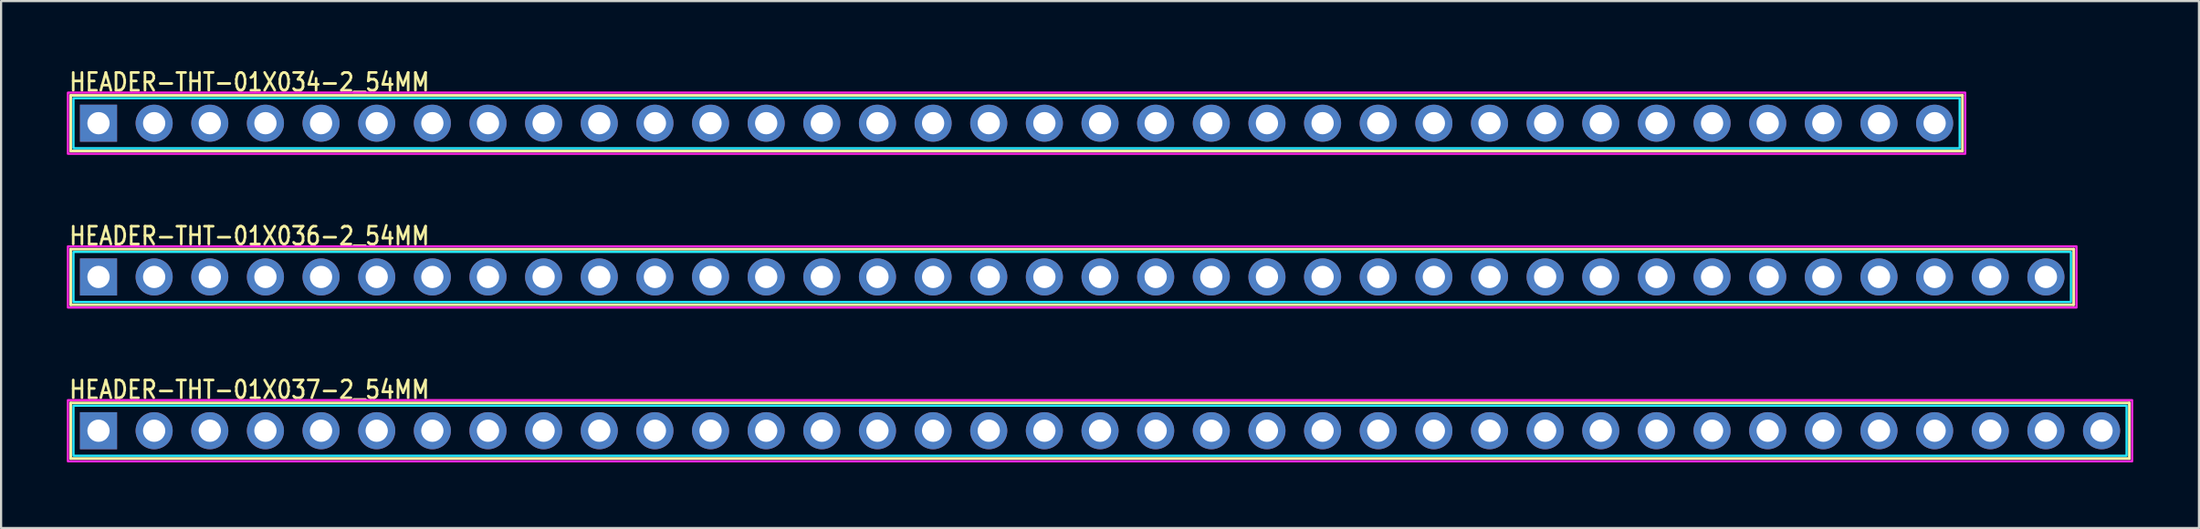
<source format=kicad_pcb>
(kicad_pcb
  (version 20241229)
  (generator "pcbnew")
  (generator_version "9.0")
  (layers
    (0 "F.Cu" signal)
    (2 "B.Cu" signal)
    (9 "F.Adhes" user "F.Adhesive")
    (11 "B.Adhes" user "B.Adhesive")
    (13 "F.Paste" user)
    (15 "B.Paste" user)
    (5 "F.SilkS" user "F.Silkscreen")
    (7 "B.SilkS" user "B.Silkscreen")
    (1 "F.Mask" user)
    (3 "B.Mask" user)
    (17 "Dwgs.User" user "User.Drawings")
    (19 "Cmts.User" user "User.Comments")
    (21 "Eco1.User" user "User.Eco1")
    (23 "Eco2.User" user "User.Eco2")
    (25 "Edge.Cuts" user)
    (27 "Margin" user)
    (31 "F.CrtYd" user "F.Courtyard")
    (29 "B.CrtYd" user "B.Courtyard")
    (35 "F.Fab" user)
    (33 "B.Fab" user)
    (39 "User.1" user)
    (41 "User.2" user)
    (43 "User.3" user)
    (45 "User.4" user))
  (footprint "HEADER-THT-01X036-2_54MM"
    (layer "F.Cu")
    (at 1.447 9.604)
    (property "Reference" "HEADER-THT-01X036-2_54MM" (at -1.4 -1.4 0) (unlocked yes) (layer "F.SilkS") (effects (font (size 0.813 0.695) (thickness 0.122)) (justify left bottom)))
    (fp_line (start -1.27 -1.27) (end -1.27 1.27) (stroke (width 0.127) (type solid)) (layer "F.SilkS"))
    (fp_line (start -1.27 1.27) (end 90.17 1.27) (stroke (width 0.127) (type solid)) (layer "F.SilkS"))
    (fp_line (start 90.17 -1.27) (end -1.27 -1.27) (stroke (width 0.127) (type solid)) (layer "F.SilkS"))
    (fp_line (start 90.17 1.27) (end 90.17 -1.27) (stroke (width 0.127) (type solid)) (layer "F.SilkS"))
    (fp_poly (pts (xy -1.143 -1.143) (xy 90.043 -1.143) (xy 90.043 1.143) (xy -1.143 1.143)) (stroke (width 0.1) (type solid)) (fill no) (layer "B.CrtYd"))
    (fp_poly (pts (xy -1.397 -1.397) (xy 90.297 -1.397) (xy 90.297 1.397) (xy -1.397 1.397)) (stroke (width 0.1) (type solid)) (fill no) (layer "F.CrtYd"))
    (pad "P$1" thru_hole rect (at 0 0) (size 1.693 1.693) (drill 1.016) (layers "*.Cu" "*.Mask"))
    (pad "P$2" thru_hole oval (at 2.54 0) (size 1.693 1.693) (drill 1.016) (layers "*.Cu" "*.Mask"))
    (pad "P$3" thru_hole oval (at 5.08 0) (size 1.693 1.693) (drill 1.016) (layers "*.Cu" "*.Mask"))
    (pad "P$4" thru_hole oval (at 7.62 0) (size 1.693 1.693) (drill 1.016) (layers "*.Cu" "*.Mask"))
    (pad "P$5" thru_hole oval (at 10.16 0) (size 1.693 1.693) (drill 1.016) (layers "*.Cu" "*.Mask"))
    (pad "P$6" thru_hole oval (at 12.7 0) (size 1.693 1.693) (drill 1.016) (layers "*.Cu" "*.Mask"))
    (pad "P$7" thru_hole oval (at 15.24 0) (size 1.693 1.693) (drill 1.016) (layers "*.Cu" "*.Mask"))
    (pad "P$8" thru_hole oval (at 17.78 0) (size 1.693 1.693) (drill 1.016) (layers "*.Cu" "*.Mask"))
    (pad "P$9" thru_hole oval (at 20.32 0) (size 1.693 1.693) (drill 1.016) (layers "*.Cu" "*.Mask"))
    (pad "P$10" thru_hole oval (at 22.86 0) (size 1.693 1.693) (drill 1.016) (layers "*.Cu" "*.Mask"))
    (pad "P$11" thru_hole oval (at 25.4 0) (size 1.693 1.693) (drill 1.016) (layers "*.Cu" "*.Mask"))
    (pad "P$12" thru_hole oval (at 27.94 0) (size 1.693 1.693) (drill 1.016) (layers "*.Cu" "*.Mask"))
    (pad "P$13" thru_hole oval (at 30.48 0) (size 1.693 1.693) (drill 1.016) (layers "*.Cu" "*.Mask"))
    (pad "P$14" thru_hole oval (at 33.02 0) (size 1.693 1.693) (drill 1.016) (layers "*.Cu" "*.Mask"))
    (pad "P$15" thru_hole oval (at 35.56 0) (size 1.693 1.693) (drill 1.016) (layers "*.Cu" "*.Mask"))
    (pad "P$16" thru_hole oval (at 38.1 0) (size 1.693 1.693) (drill 1.016) (layers "*.Cu" "*.Mask"))
    (pad "P$17" thru_hole oval (at 40.64 0) (size 1.693 1.693) (drill 1.016) (layers "*.Cu" "*.Mask"))
    (pad "P$18" thru_hole oval (at 43.18 0) (size 1.693 1.693) (drill 1.016) (layers "*.Cu" "*.Mask"))
    (pad "P$19" thru_hole oval (at 45.72 0) (size 1.693 1.693) (drill 1.016) (layers "*.Cu" "*.Mask"))
    (pad "P$20" thru_hole oval (at 48.26 0) (size 1.693 1.693) (drill 1.016) (layers "*.Cu" "*.Mask"))
    (pad "P$21" thru_hole oval (at 50.8 0) (size 1.693 1.693) (drill 1.016) (layers "*.Cu" "*.Mask"))
    (pad "P$22" thru_hole oval (at 53.34 0) (size 1.693 1.693) (drill 1.016) (layers "*.Cu" "*.Mask"))
    (pad "P$23" thru_hole oval (at 55.88 0) (size 1.693 1.693) (drill 1.016) (layers "*.Cu" "*.Mask"))
    (pad "P$24" thru_hole oval (at 58.42 0) (size 1.693 1.693) (drill 1.016) (layers "*.Cu" "*.Mask"))
    (pad "P$25" thru_hole oval (at 60.96 0) (size 1.693 1.693) (drill 1.016) (layers "*.Cu" "*.Mask"))
    (pad "P$26" thru_hole oval (at 63.5 0) (size 1.693 1.693) (drill 1.016) (layers "*.Cu" "*.Mask"))
    (pad "P$27" thru_hole oval (at 66.04 0) (size 1.693 1.693) (drill 1.016) (layers "*.Cu" "*.Mask"))
    (pad "P$28" thru_hole oval (at 68.58 0) (size 1.693 1.693) (drill 1.016) (layers "*.Cu" "*.Mask"))
    (pad "P$29" thru_hole oval (at 71.12 0) (size 1.693 1.693) (drill 1.016) (layers "*.Cu" "*.Mask"))
    (pad "P$30" thru_hole oval (at 73.66 0) (size 1.693 1.693) (drill 1.016) (layers "*.Cu" "*.Mask"))
    (pad "P$31" thru_hole oval (at 76.2 0) (size 1.693 1.693) (drill 1.016) (layers "*.Cu" "*.Mask"))
    (pad "P$32" thru_hole oval (at 78.74 0) (size 1.693 1.693) (drill 1.016) (layers "*.Cu" "*.Mask"))
    (pad "P$33" thru_hole oval (at 81.28 0) (size 1.693 1.693) (drill 1.016) (layers "*.Cu" "*.Mask"))
    (pad "P$34" thru_hole oval (at 83.82 0) (size 1.693 1.693) (drill 1.016) (layers "*.Cu" "*.Mask"))
    (pad "P$35" thru_hole oval (at 86.36 0) (size 1.693 1.693) (drill 1.016) (layers "*.Cu" "*.Mask"))
    (pad "P$36" thru_hole oval (at 88.9 0) (size 1.693 1.693) (drill 1.016) (layers "*.Cu" "*.Mask")))
  (footprint "HEADER-THT-01X037-2_54MM"
    (layer "F.Cu")
    (at 1.447 16.63)
    (property "Reference" "HEADER-THT-01X037-2_54MM" (at -1.4 -1.4 0) (unlocked yes) (layer "F.SilkS") (effects (font (size 0.813 0.695) (thickness 0.122)) (justify left bottom)))
    (fp_line (start -1.27 -1.27) (end -1.27 1.27) (stroke (width 0.127) (type solid)) (layer "F.SilkS"))
    (fp_line (start -1.27 1.27) (end 92.71 1.27) (stroke (width 0.127) (type solid)) (layer "F.SilkS"))
    (fp_line (start 92.71 -1.27) (end -1.27 -1.27) (stroke (width 0.127) (type solid)) (layer "F.SilkS"))
    (fp_line (start 92.71 1.27) (end 92.71 -1.27) (stroke (width 0.127) (type solid)) (layer "F.SilkS"))
    (fp_poly (pts (xy -1.143 -1.143) (xy 92.583 -1.143) (xy 92.583 1.143) (xy -1.143 1.143)) (stroke (width 0.1) (type solid)) (fill no) (layer "B.CrtYd"))
    (fp_poly (pts (xy -1.397 -1.397) (xy 92.837 -1.397) (xy 92.837 1.397) (xy -1.397 1.397)) (stroke (width 0.1) (type solid)) (fill no) (layer "F.CrtYd"))
    (pad "P$1" thru_hole rect (at 0 0) (size 1.693 1.693) (drill 1.016) (layers "*.Cu" "*.Mask"))
    (pad "P$2" thru_hole oval (at 2.54 0) (size 1.693 1.693) (drill 1.016) (layers "*.Cu" "*.Mask"))
    (pad "P$3" thru_hole oval (at 5.08 0) (size 1.693 1.693) (drill 1.016) (layers "*.Cu" "*.Mask"))
    (pad "P$4" thru_hole oval (at 7.62 0) (size 1.693 1.693) (drill 1.016) (layers "*.Cu" "*.Mask"))
    (pad "P$5" thru_hole oval (at 10.16 0) (size 1.693 1.693) (drill 1.016) (layers "*.Cu" "*.Mask"))
    (pad "P$6" thru_hole oval (at 12.7 0) (size 1.693 1.693) (drill 1.016) (layers "*.Cu" "*.Mask"))
    (pad "P$7" thru_hole oval (at 15.24 0) (size 1.693 1.693) (drill 1.016) (layers "*.Cu" "*.Mask"))
    (pad "P$8" thru_hole oval (at 17.78 0) (size 1.693 1.693) (drill 1.016) (layers "*.Cu" "*.Mask"))
    (pad "P$9" thru_hole oval (at 20.32 0) (size 1.693 1.693) (drill 1.016) (layers "*.Cu" "*.Mask"))
    (pad "P$10" thru_hole oval (at 22.86 0) (size 1.693 1.693) (drill 1.016) (layers "*.Cu" "*.Mask"))
    (pad "P$11" thru_hole oval (at 25.4 0) (size 1.693 1.693) (drill 1.016) (layers "*.Cu" "*.Mask"))
    (pad "P$12" thru_hole oval (at 27.94 0) (size 1.693 1.693) (drill 1.016) (layers "*.Cu" "*.Mask"))
    (pad "P$13" thru_hole oval (at 30.48 0) (size 1.693 1.693) (drill 1.016) (layers "*.Cu" "*.Mask"))
    (pad "P$14" thru_hole oval (at 33.02 0) (size 1.693 1.693) (drill 1.016) (layers "*.Cu" "*.Mask"))
    (pad "P$15" thru_hole oval (at 35.56 0) (size 1.693 1.693) (drill 1.016) (layers "*.Cu" "*.Mask"))
    (pad "P$16" thru_hole oval (at 38.1 0) (size 1.693 1.693) (drill 1.016) (layers "*.Cu" "*.Mask"))
    (pad "P$17" thru_hole oval (at 40.64 0) (size 1.693 1.693) (drill 1.016) (layers "*.Cu" "*.Mask"))
    (pad "P$18" thru_hole oval (at 43.18 0) (size 1.693 1.693) (drill 1.016) (layers "*.Cu" "*.Mask"))
    (pad "P$19" thru_hole oval (at 45.72 0) (size 1.693 1.693) (drill 1.016) (layers "*.Cu" "*.Mask"))
    (pad "P$20" thru_hole oval (at 48.26 0) (size 1.693 1.693) (drill 1.016) (layers "*.Cu" "*.Mask"))
    (pad "P$21" thru_hole oval (at 50.8 0) (size 1.693 1.693) (drill 1.016) (layers "*.Cu" "*.Mask"))
    (pad "P$22" thru_hole oval (at 53.34 0) (size 1.693 1.693) (drill 1.016) (layers "*.Cu" "*.Mask"))
    (pad "P$23" thru_hole oval (at 55.88 0) (size 1.693 1.693) (drill 1.016) (layers "*.Cu" "*.Mask"))
    (pad "P$24" thru_hole oval (at 58.42 0) (size 1.693 1.693) (drill 1.016) (layers "*.Cu" "*.Mask"))
    (pad "P$25" thru_hole oval (at 60.96 0) (size 1.693 1.693) (drill 1.016) (layers "*.Cu" "*.Mask"))
    (pad "P$26" thru_hole oval (at 63.5 0) (size 1.693 1.693) (drill 1.016) (layers "*.Cu" "*.Mask"))
    (pad "P$27" thru_hole oval (at 66.04 0) (size 1.693 1.693) (drill 1.016) (layers "*.Cu" "*.Mask"))
    (pad "P$28" thru_hole oval (at 68.58 0) (size 1.693 1.693) (drill 1.016) (layers "*.Cu" "*.Mask"))
    (pad "P$29" thru_hole oval (at 71.12 0) (size 1.693 1.693) (drill 1.016) (layers "*.Cu" "*.Mask"))
    (pad "P$30" thru_hole oval (at 73.66 0) (size 1.693 1.693) (drill 1.016) (layers "*.Cu" "*.Mask"))
    (pad "P$31" thru_hole oval (at 76.2 0) (size 1.693 1.693) (drill 1.016) (layers "*.Cu" "*.Mask"))
    (pad "P$32" thru_hole oval (at 78.74 0) (size 1.693 1.693) (drill 1.016) (layers "*.Cu" "*.Mask"))
    (pad "P$33" thru_hole oval (at 81.28 0) (size 1.693 1.693) (drill 1.016) (layers "*.Cu" "*.Mask"))
    (pad "P$34" thru_hole oval (at 83.82 0) (size 1.693 1.693) (drill 1.016) (layers "*.Cu" "*.Mask"))
    (pad "P$35" thru_hole oval (at 86.36 0) (size 1.693 1.693) (drill 1.016) (layers "*.Cu" "*.Mask"))
    (pad "P$36" thru_hole oval (at 88.9 0) (size 1.693 1.693) (drill 1.016) (layers "*.Cu" "*.Mask"))
    (pad "P$37" thru_hole oval (at 91.44 0) (size 1.693 1.693) (drill 1.016) (layers "*.Cu" "*.Mask")))
  (footprint "HEADER-THT-01X034-2_54MM"
    (layer "F.Cu")
    (at 1.447 2.579)
    (property "Reference" "HEADER-THT-01X034-2_54MM" (at -1.4 -1.4 0) (unlocked yes) (layer "F.SilkS") (effects (font (size 0.813 0.695) (thickness 0.122)) (justify left bottom)))
    (fp_line (start -1.27 -1.27) (end -1.27 1.27) (stroke (width 0.127) (type solid)) (layer "F.SilkS"))
    (fp_line (start -1.27 1.27) (end 85.09 1.27) (stroke (width 0.127) (type solid)) (layer "F.SilkS"))
    (fp_line (start 85.09 -1.27) (end -1.27 -1.27) (stroke (width 0.127) (type solid)) (layer "F.SilkS"))
    (fp_line (start 85.09 1.27) (end 85.09 -1.27) (stroke (width 0.127) (type solid)) (layer "F.SilkS"))
    (fp_poly (pts (xy -1.143 -1.143) (xy 84.963 -1.143) (xy 84.963 1.143) (xy -1.143 1.143)) (stroke (width 0.1) (type solid)) (fill no) (layer "B.CrtYd"))
    (fp_poly (pts (xy -1.397 -1.397) (xy 85.217 -1.397) (xy 85.217 1.397) (xy -1.397 1.397)) (stroke (width 0.1) (type solid)) (fill no) (layer "F.CrtYd"))
    (pad "P$1" thru_hole rect (at 0 0) (size 1.693 1.693) (drill 1.016) (layers "*.Cu" "*.Mask"))
    (pad "P$2" thru_hole oval (at 2.54 0) (size 1.693 1.693) (drill 1.016) (layers "*.Cu" "*.Mask"))
    (pad "P$3" thru_hole oval (at 5.08 0) (size 1.693 1.693) (drill 1.016) (layers "*.Cu" "*.Mask"))
    (pad "P$4" thru_hole oval (at 7.62 0) (size 1.693 1.693) (drill 1.016) (layers "*.Cu" "*.Mask"))
    (pad "P$5" thru_hole oval (at 10.16 0) (size 1.693 1.693) (drill 1.016) (layers "*.Cu" "*.Mask"))
    (pad "P$6" thru_hole oval (at 12.7 0) (size 1.693 1.693) (drill 1.016) (layers "*.Cu" "*.Mask"))
    (pad "P$7" thru_hole oval (at 15.24 0) (size 1.693 1.693) (drill 1.016) (layers "*.Cu" "*.Mask"))
    (pad "P$8" thru_hole oval (at 17.78 0) (size 1.693 1.693) (drill 1.016) (layers "*.Cu" "*.Mask"))
    (pad "P$9" thru_hole oval (at 20.32 0) (size 1.693 1.693) (drill 1.016) (layers "*.Cu" "*.Mask"))
    (pad "P$10" thru_hole oval (at 22.86 0) (size 1.693 1.693) (drill 1.016) (layers "*.Cu" "*.Mask"))
    (pad "P$11" thru_hole oval (at 25.4 0) (size 1.693 1.693) (drill 1.016) (layers "*.Cu" "*.Mask"))
    (pad "P$12" thru_hole oval (at 27.94 0) (size 1.693 1.693) (drill 1.016) (layers "*.Cu" "*.Mask"))
    (pad "P$13" thru_hole oval (at 30.48 0) (size 1.693 1.693) (drill 1.016) (layers "*.Cu" "*.Mask"))
    (pad "P$14" thru_hole oval (at 33.02 0) (size 1.693 1.693) (drill 1.016) (layers "*.Cu" "*.Mask"))
    (pad "P$15" thru_hole oval (at 35.56 0) (size 1.693 1.693) (drill 1.016) (layers "*.Cu" "*.Mask"))
    (pad "P$16" thru_hole oval (at 38.1 0) (size 1.693 1.693) (drill 1.016) (layers "*.Cu" "*.Mask"))
    (pad "P$17" thru_hole oval (at 40.64 0) (size 1.693 1.693) (drill 1.016) (layers "*.Cu" "*.Mask"))
    (pad "P$18" thru_hole oval (at 43.18 0) (size 1.693 1.693) (drill 1.016) (layers "*.Cu" "*.Mask"))
    (pad "P$19" thru_hole oval (at 45.72 0) (size 1.693 1.693) (drill 1.016) (layers "*.Cu" "*.Mask"))
    (pad "P$20" thru_hole oval (at 48.26 0) (size 1.693 1.693) (drill 1.016) (layers "*.Cu" "*.Mask"))
    (pad "P$21" thru_hole oval (at 50.8 0) (size 1.693 1.693) (drill 1.016) (layers "*.Cu" "*.Mask"))
    (pad "P$22" thru_hole oval (at 53.34 0) (size 1.693 1.693) (drill 1.016) (layers "*.Cu" "*.Mask"))
    (pad "P$23" thru_hole oval (at 55.88 0) (size 1.693 1.693) (drill 1.016) (layers "*.Cu" "*.Mask"))
    (pad "P$24" thru_hole oval (at 58.42 0) (size 1.693 1.693) (drill 1.016) (layers "*.Cu" "*.Mask"))
    (pad "P$25" thru_hole oval (at 60.96 0) (size 1.693 1.693) (drill 1.016) (layers "*.Cu" "*.Mask"))
    (pad "P$26" thru_hole oval (at 63.5 0) (size 1.693 1.693) (drill 1.016) (layers "*.Cu" "*.Mask"))
    (pad "P$27" thru_hole oval (at 66.04 0) (size 1.693 1.693) (drill 1.016) (layers "*.Cu" "*.Mask"))
    (pad "P$28" thru_hole oval (at 68.58 0) (size 1.693 1.693) (drill 1.016) (layers "*.Cu" "*.Mask"))
    (pad "P$29" thru_hole oval (at 71.12 0) (size 1.693 1.693) (drill 1.016) (layers "*.Cu" "*.Mask"))
    (pad "P$30" thru_hole oval (at 73.66 0) (size 1.693 1.693) (drill 1.016) (layers "*.Cu" "*.Mask"))
    (pad "P$31" thru_hole oval (at 76.2 0) (size 1.693 1.693) (drill 1.016) (layers "*.Cu" "*.Mask"))
    (pad "P$32" thru_hole oval (at 78.74 0) (size 1.693 1.693) (drill 1.016) (layers "*.Cu" "*.Mask"))
    (pad "P$33" thru_hole oval (at 81.28 0) (size 1.693 1.693) (drill 1.016) (layers "*.Cu" "*.Mask"))
    (pad "P$34" thru_hole oval (at 83.82 0) (size 1.693 1.693) (drill 1.016) (layers "*.Cu" "*.Mask")))
  (gr_rect
    (start -3 -3)
    (end 97.334 21.077)
    (stroke (width 0.1) (type default))
    (fill no)
    (layer "Edge.Cuts")))
</source>
